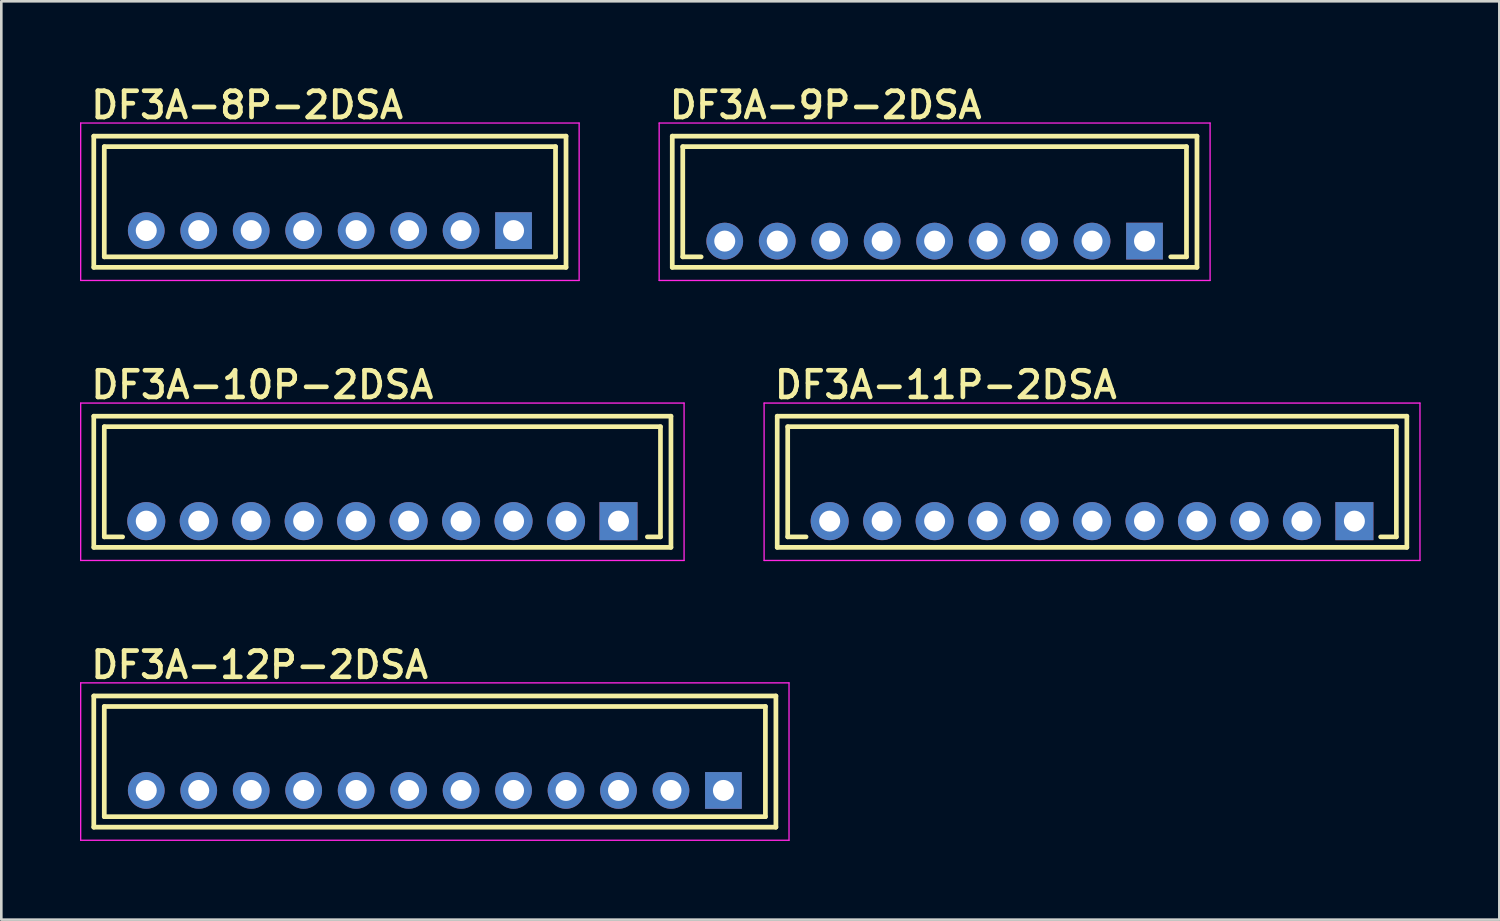
<source format=kicad_pcb>
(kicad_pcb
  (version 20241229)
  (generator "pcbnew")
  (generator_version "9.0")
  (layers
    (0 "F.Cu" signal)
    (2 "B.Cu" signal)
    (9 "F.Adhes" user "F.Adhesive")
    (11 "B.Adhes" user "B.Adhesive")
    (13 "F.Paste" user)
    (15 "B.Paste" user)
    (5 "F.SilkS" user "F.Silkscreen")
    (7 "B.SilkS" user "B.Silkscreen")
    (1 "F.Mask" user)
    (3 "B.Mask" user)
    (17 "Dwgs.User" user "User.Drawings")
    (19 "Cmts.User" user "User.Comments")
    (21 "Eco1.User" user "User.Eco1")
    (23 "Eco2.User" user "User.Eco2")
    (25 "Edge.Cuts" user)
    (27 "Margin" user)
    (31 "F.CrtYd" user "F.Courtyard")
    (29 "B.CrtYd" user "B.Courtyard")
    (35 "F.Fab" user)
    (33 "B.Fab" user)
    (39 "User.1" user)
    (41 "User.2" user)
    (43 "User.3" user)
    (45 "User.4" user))
  (footprint "DF3A-11P-2DSA"
    (layer "F.Cu")
    (at 38.575 16.814)
    (property "Reference" "DF3A-11P-2DSA" (at -12.2 -4.6 0) (layer "F.SilkS") (effects (font (size 1.016 1.016) (thickness 0.178)) (justify left bottom)))
    (attr through_hole)
    (fp_line (start -12 -4) (end 12 -4) (stroke (width 0.178) (type solid)) (layer "F.SilkS"))
    (fp_line (start -12 1) (end -12 -4) (stroke (width 0.178) (type solid)) (layer "F.SilkS"))
    (fp_line (start -11.6 -3.6) (end -11.6 0.6) (stroke (width 0.178) (type solid)) (layer "F.SilkS"))
    (fp_line (start -11.6 -3.6) (end 11.6 -3.6) (stroke (width 0.178) (type solid)) (layer "F.SilkS"))
    (fp_line (start -11.6 0.6) (end -10.9 0.6) (stroke (width 0.178) (type solid)) (layer "F.SilkS"))
    (fp_line (start 11.6 -3.6) (end 11.6 0.6) (stroke (width 0.178) (type solid)) (layer "F.SilkS"))
    (fp_line (start 11.6 0.6) (end 11 0.6) (stroke (width 0.178) (type solid)) (layer "F.SilkS"))
    (fp_line (start 12 -4) (end 12 1) (stroke (width 0.178) (type solid)) (layer "F.SilkS"))
    (fp_line (start 12 1) (end -12 1) (stroke (width 0.178) (type solid)) (layer "F.SilkS"))
    (fp_line (start -12.5 -4.5) (end 12.5 -4.5) (stroke (width 0.05) (type solid)) (layer "F.CrtYd"))
    (fp_line (start -12.5 1.5) (end -12.5 -4.5) (stroke (width 0.05) (type solid)) (layer "F.CrtYd"))
    (fp_line (start 12.5 -4.5) (end 12.5 1.5) (stroke (width 0.05) (type solid)) (layer "F.CrtYd"))
    (fp_line (start 12.5 1.5) (end -12.5 1.5) (stroke (width 0.05) (type solid)) (layer "F.CrtYd"))
    (pad "1" thru_hole rect (at 10 0) (size 1.45 1.45) (drill 0.8) (layers "*.Cu" "*.Mask"))
    (pad "2" thru_hole circle (at 8 0) (size 1.45 1.45) (drill 0.8) (layers "*.Cu" "*.Mask"))
    (pad "3" thru_hole circle (at 6 0) (size 1.45 1.45) (drill 0.8) (layers "*.Cu" "*.Mask"))
    (pad "4" thru_hole circle (at 4 0) (size 1.45 1.45) (drill 0.8) (layers "*.Cu" "*.Mask"))
    (pad "5" thru_hole circle (at 2 0) (size 1.45 1.45) (drill 0.8) (layers "*.Cu" "*.Mask"))
    (pad "6" thru_hole circle (at 0 0) (size 1.45 1.45) (drill 0.8) (layers "*.Cu" "*.Mask"))
    (pad "7" thru_hole circle (at -2 0) (size 1.45 1.45) (drill 0.8) (layers "*.Cu" "*.Mask"))
    (pad "8" thru_hole circle (at -4 0) (size 1.45 1.45) (drill 0.8) (layers "*.Cu" "*.Mask"))
    (pad "9" thru_hole circle (at -6 0) (size 1.45 1.45) (drill 0.8) (layers "*.Cu" "*.Mask"))
    (pad "10" thru_hole circle (at -8 0) (size 1.45 1.45) (drill 0.8) (layers "*.Cu" "*.Mask"))
    (pad "11" thru_hole circle (at -10 0) (size 1.45 1.45) (drill 0.8) (layers "*.Cu" "*.Mask")))
  (footprint "DF3A-10P-2DSA"
    (layer "F.Cu")
    (at 11.525 16.814)
    (property "Reference" "DF3A-10P-2DSA" (at -11.2 -4.6 0) (layer "F.SilkS") (effects (font (size 1.016 1.016) (thickness 0.178)) (justify left bottom)))
    (attr through_hole)
    (fp_line (start -11 -4) (end 11 -4) (stroke (width 0.178) (type solid)) (layer "F.SilkS"))
    (fp_line (start -11 1) (end -11 -4) (stroke (width 0.178) (type solid)) (layer "F.SilkS"))
    (fp_line (start -10.6 -3.6) (end -10.6 0.6) (stroke (width 0.178) (type solid)) (layer "F.SilkS"))
    (fp_line (start -10.6 -3.6) (end 10.6 -3.6) (stroke (width 0.178) (type solid)) (layer "F.SilkS"))
    (fp_line (start -10.6 0.6) (end -9.9 0.6) (stroke (width 0.178) (type solid)) (layer "F.SilkS"))
    (fp_line (start 10.6 -3.6) (end 10.6 0.6) (stroke (width 0.178) (type solid)) (layer "F.SilkS"))
    (fp_line (start 10.6 0.6) (end 10.1 0.6) (stroke (width 0.178) (type solid)) (layer "F.SilkS"))
    (fp_line (start 11 -4) (end 11 1) (stroke (width 0.178) (type solid)) (layer "F.SilkS"))
    (fp_line (start 11 1) (end -11 1) (stroke (width 0.178) (type solid)) (layer "F.SilkS"))
    (fp_line (start -11.5 -4.5) (end 11.5 -4.5) (stroke (width 0.05) (type solid)) (layer "F.CrtYd"))
    (fp_line (start -11.5 1.5) (end -11.5 -4.5) (stroke (width 0.05) (type solid)) (layer "F.CrtYd"))
    (fp_line (start 11.5 -4.5) (end 11.5 1.5) (stroke (width 0.05) (type solid)) (layer "F.CrtYd"))
    (fp_line (start 11.5 1.5) (end -11.5 1.5) (stroke (width 0.05) (type solid)) (layer "F.CrtYd"))
    (pad "1" thru_hole rect (at 9 0) (size 1.45 1.45) (drill 0.8) (layers "*.Cu" "*.Mask"))
    (pad "2" thru_hole circle (at 7 0) (size 1.45 1.45) (drill 0.8) (layers "*.Cu" "*.Mask"))
    (pad "3" thru_hole circle (at 5 0) (size 1.45 1.45) (drill 0.8) (layers "*.Cu" "*.Mask"))
    (pad "4" thru_hole circle (at 3 0) (size 1.45 1.45) (drill 0.8) (layers "*.Cu" "*.Mask"))
    (pad "5" thru_hole circle (at 1 0) (size 1.45 1.45) (drill 0.8) (layers "*.Cu" "*.Mask"))
    (pad "6" thru_hole circle (at -1 0) (size 1.45 1.45) (drill 0.8) (layers "*.Cu" "*.Mask"))
    (pad "7" thru_hole circle (at -3 0) (size 1.45 1.45) (drill 0.8) (layers "*.Cu" "*.Mask"))
    (pad "8" thru_hole circle (at -5 0) (size 1.45 1.45) (drill 0.8) (layers "*.Cu" "*.Mask"))
    (pad "9" thru_hole circle (at -7 0) (size 1.45 1.45) (drill 0.8) (layers "*.Cu" "*.Mask"))
    (pad "10" thru_hole circle (at -9 0) (size 1.45 1.45) (drill 0.8) (layers "*.Cu" "*.Mask")))
  (footprint "DF3A-8P-2DSA"
    (layer "F.Cu")
    (at 9.525 5.74)
    (property "Reference" "DF3A-8P-2DSA" (at -9.2 -4.2 0) (layer "F.SilkS") (effects (font (size 1 1) (thickness 0.18)) (justify left bottom)))
    (attr through_hole)
    (fp_line (start -9 -3.6) (end 9 -3.6) (stroke (width 0.18) (type solid)) (layer "F.SilkS"))
    (fp_line (start -9 1.4) (end -9 -3.6) (stroke (width 0.18) (type solid)) (layer "F.SilkS"))
    (fp_line (start -8.6 -3.2) (end -8.6 1) (stroke (width 0.18) (type solid)) (layer "F.SilkS"))
    (fp_line (start -8.6 -3.2) (end 8.6 -3.2) (stroke (width 0.18) (type solid)) (layer "F.SilkS"))
    (fp_line (start -8.6 1) (end 8.6 1) (stroke (width 0.18) (type solid)) (layer "F.SilkS"))
    (fp_line (start 8.6 -3.2) (end 8.6 1) (stroke (width 0.18) (type solid)) (layer "F.SilkS"))
    (fp_line (start 9 -3.6) (end 9 1.4) (stroke (width 0.18) (type solid)) (layer "F.SilkS"))
    (fp_line (start 9 1.4) (end -9 1.4) (stroke (width 0.18) (type solid)) (layer "F.SilkS"))
    (fp_line (start -9.5 -4.1) (end 9.5 -4.1) (stroke (width 0.05) (type solid)) (layer "F.CrtYd"))
    (fp_line (start -9.5 1.9) (end -9.5 -4.1) (stroke (width 0.05) (type solid)) (layer "F.CrtYd"))
    (fp_line (start 9.5 -4.1) (end 9.5 1.9) (stroke (width 0.05) (type solid)) (layer "F.CrtYd"))
    (fp_line (start 9.5 1.9) (end -9.5 1.9) (stroke (width 0.05) (type solid)) (layer "F.CrtYd"))
    (pad "1" thru_hole rect (at 7 0) (size 1.4 1.4) (drill 0.8) (layers "*.Cu" "*.Mask"))
    (pad "2" thru_hole circle (at 5 0) (size 1.4 1.4) (drill 0.8) (layers "*.Cu" "*.Mask"))
    (pad "3" thru_hole circle (at 3 0) (size 1.4 1.4) (drill 0.8) (layers "*.Cu" "*.Mask"))
    (pad "4" thru_hole circle (at 1 0) (size 1.4 1.4) (drill 0.8) (layers "*.Cu" "*.Mask"))
    (pad "5" thru_hole circle (at -1 0) (size 1.4 1.4) (drill 0.8) (layers "*.Cu" "*.Mask"))
    (pad "6" thru_hole circle (at -3 0) (size 1.4 1.4) (drill 0.8) (layers "*.Cu" "*.Mask"))
    (pad "7" thru_hole circle (at -5 0) (size 1.4 1.4) (drill 0.8) (layers "*.Cu" "*.Mask"))
    (pad "8" thru_hole circle (at -7 0) (size 1.4 1.4) (drill 0.8) (layers "*.Cu" "*.Mask")))
  (footprint "DF3A-12P-2DSA"
    (layer "F.Cu")
    (at 13.525 27.079)
    (property "Reference" "DF3A-12P-2DSA" (at -13.2 -4.2 0) (layer "F.SilkS") (effects (font (size 1 1) (thickness 0.18)) (justify left bottom)))
    (attr through_hole)
    (fp_line (start -13 -3.6) (end 13 -3.6) (stroke (width 0.18) (type solid)) (layer "F.SilkS"))
    (fp_line (start -13 1.4) (end -13 -3.6) (stroke (width 0.18) (type solid)) (layer "F.SilkS"))
    (fp_line (start -12.6 -3.2) (end -12.6 1) (stroke (width 0.18) (type solid)) (layer "F.SilkS"))
    (fp_line (start -12.6 -3.2) (end 12.6 -3.2) (stroke (width 0.18) (type solid)) (layer "F.SilkS"))
    (fp_line (start -12.6 1) (end 12.6 1) (stroke (width 0.18) (type solid)) (layer "F.SilkS"))
    (fp_line (start 12.6 -3.2) (end 12.6 1) (stroke (width 0.18) (type solid)) (layer "F.SilkS"))
    (fp_line (start 13 -3.6) (end 13 1.4) (stroke (width 0.18) (type solid)) (layer "F.SilkS"))
    (fp_line (start 13 1.4) (end -13 1.4) (stroke (width 0.18) (type solid)) (layer "F.SilkS"))
    (fp_line (start -13.5 -4.1) (end 13.5 -4.1) (stroke (width 0.05) (type solid)) (layer "F.CrtYd"))
    (fp_line (start -13.5 1.9) (end -13.5 -4.1) (stroke (width 0.05) (type solid)) (layer "F.CrtYd"))
    (fp_line (start 13.5 -4.1) (end 13.5 1.9) (stroke (width 0.05) (type solid)) (layer "F.CrtYd"))
    (fp_line (start 13.5 1.9) (end -13.5 1.9) (stroke (width 0.05) (type solid)) (layer "F.CrtYd"))
    (pad "1" thru_hole rect (at 11 0) (size 1.4 1.4) (drill 0.8) (layers "*.Cu" "*.Mask"))
    (pad "2" thru_hole circle (at 9 0) (size 1.4 1.4) (drill 0.8) (layers "*.Cu" "*.Mask"))
    (pad "3" thru_hole circle (at 7 0) (size 1.4 1.4) (drill 0.8) (layers "*.Cu" "*.Mask"))
    (pad "4" thru_hole circle (at 5 0) (size 1.4 1.4) (drill 0.8) (layers "*.Cu" "*.Mask"))
    (pad "5" thru_hole circle (at 3 0) (size 1.4 1.4) (drill 0.8) (layers "*.Cu" "*.Mask"))
    (pad "6" thru_hole circle (at 1 0) (size 1.4 1.4) (drill 0.8) (layers "*.Cu" "*.Mask"))
    (pad "7" thru_hole circle (at -1 0) (size 1.4 1.4) (drill 0.8) (layers "*.Cu" "*.Mask"))
    (pad "8" thru_hole circle (at -3 0) (size 1.4 1.4) (drill 0.8) (layers "*.Cu" "*.Mask"))
    (pad "9" thru_hole circle (at -5 0) (size 1.4 1.4) (drill 0.8) (layers "*.Cu" "*.Mask"))
    (pad "10" thru_hole circle (at -7 0) (size 1.4 1.4) (drill 0.8) (layers "*.Cu" "*.Mask"))
    (pad "11" thru_hole circle (at -9 0) (size 1.4 1.4) (drill 0.8) (layers "*.Cu" "*.Mask"))
    (pad "12" thru_hole circle (at -11 0) (size 1.4 1.4) (drill 0.8) (layers "*.Cu" "*.Mask")))
  (footprint "DF3A-9P-2DSA"
    (layer "F.Cu")
    (at 32.575 6.14)
    (property "Reference" "DF3A-9P-2DSA" (at -10.2 -4.6 0) (layer "F.SilkS") (effects (font (size 1 1) (thickness 0.18)) (justify left bottom)))
    (attr through_hole)
    (fp_line (start -10 -4) (end 10 -4) (stroke (width 0.18) (type solid)) (layer "F.SilkS"))
    (fp_line (start -10 1) (end -10 -4) (stroke (width 0.18) (type solid)) (layer "F.SilkS"))
    (fp_line (start -9.6 -3.6) (end -9.6 0.6) (stroke (width 0.18) (type solid)) (layer "F.SilkS"))
    (fp_line (start -9.6 -3.6) (end 9.6 -3.6) (stroke (width 0.18) (type solid)) (layer "F.SilkS"))
    (fp_line (start -9.6 0.6) (end -8.9 0.6) (stroke (width 0.18) (type solid)) (layer "F.SilkS"))
    (fp_line (start 9.6 -3.6) (end 9.6 0.6) (stroke (width 0.18) (type solid)) (layer "F.SilkS"))
    (fp_line (start 9.6 0.6) (end 9 0.6) (stroke (width 0.18) (type solid)) (layer "F.SilkS"))
    (fp_line (start 10 -4) (end 10 1) (stroke (width 0.18) (type solid)) (layer "F.SilkS"))
    (fp_line (start 10 1) (end -10 1) (stroke (width 0.18) (type solid)) (layer "F.SilkS"))
    (fp_line (start -10.5 -4.5) (end 10.5 -4.5) (stroke (width 0.05) (type solid)) (layer "F.CrtYd"))
    (fp_line (start -10.5 1.5) (end -10.5 -4.5) (stroke (width 0.05) (type solid)) (layer "F.CrtYd"))
    (fp_line (start 10.5 -4.5) (end 10.5 1.5) (stroke (width 0.05) (type solid)) (layer "F.CrtYd"))
    (fp_line (start 10.5 1.5) (end -10.5 1.5) (stroke (width 0.05) (type solid)) (layer "F.CrtYd"))
    (pad "1" thru_hole rect (at 8 0) (size 1.4 1.4) (drill 0.8) (layers "*.Cu" "*.Mask"))
    (pad "2" thru_hole circle (at 6 0) (size 1.4 1.4) (drill 0.8) (layers "*.Cu" "*.Mask"))
    (pad "3" thru_hole circle (at 4 0) (size 1.4 1.4) (drill 0.8) (layers "*.Cu" "*.Mask"))
    (pad "4" thru_hole circle (at 2 0) (size 1.4 1.4) (drill 0.8) (layers "*.Cu" "*.Mask"))
    (pad "5" thru_hole circle (at 0 0) (size 1.4 1.4) (drill 0.8) (layers "*.Cu" "*.Mask"))
    (pad "6" thru_hole circle (at -2 0) (size 1.4 1.4) (drill 0.8) (layers "*.Cu" "*.Mask"))
    (pad "7" thru_hole circle (at -4 0) (size 1.4 1.4) (drill 0.8) (layers "*.Cu" "*.Mask"))
    (pad "8" thru_hole circle (at -6 0) (size 1.4 1.4) (drill 0.8) (layers "*.Cu" "*.Mask"))
    (pad "9" thru_hole circle (at -8 0) (size 1.4 1.4) (drill 0.8) (layers "*.Cu" "*.Mask")))
  (gr_rect
    (start -3 -3)
    (end 54.1 32.004)
    (stroke (width 0.1) (type default))
    (fill no)
    (layer "Edge.Cuts")))
</source>
